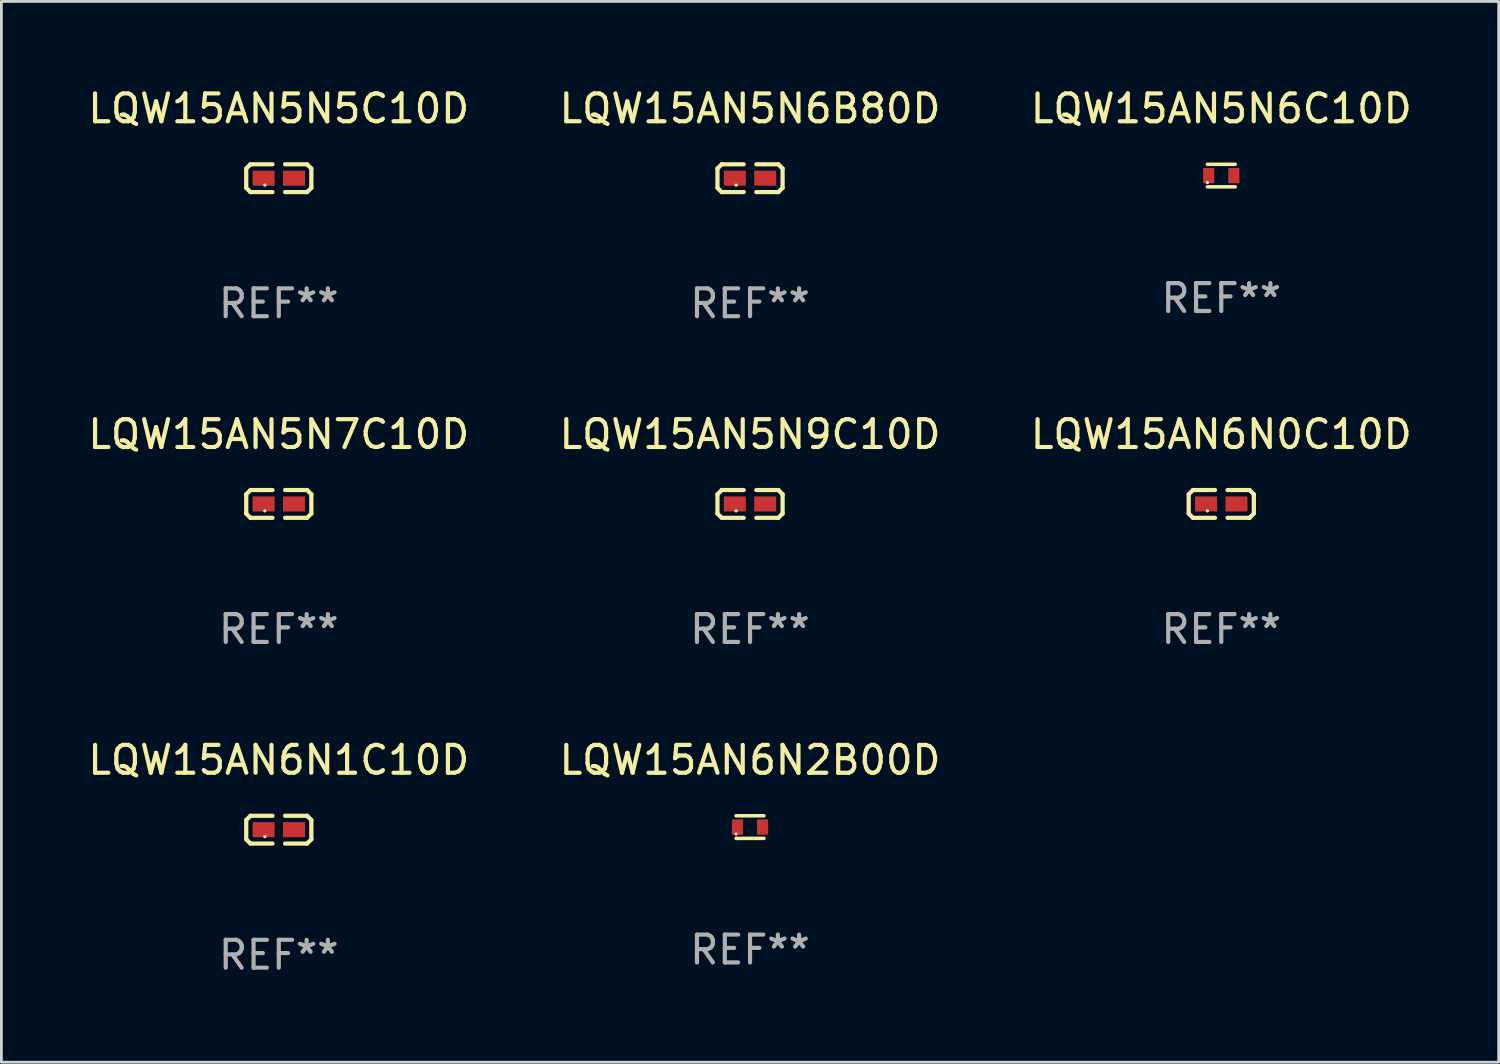
<source format=kicad_pcb>
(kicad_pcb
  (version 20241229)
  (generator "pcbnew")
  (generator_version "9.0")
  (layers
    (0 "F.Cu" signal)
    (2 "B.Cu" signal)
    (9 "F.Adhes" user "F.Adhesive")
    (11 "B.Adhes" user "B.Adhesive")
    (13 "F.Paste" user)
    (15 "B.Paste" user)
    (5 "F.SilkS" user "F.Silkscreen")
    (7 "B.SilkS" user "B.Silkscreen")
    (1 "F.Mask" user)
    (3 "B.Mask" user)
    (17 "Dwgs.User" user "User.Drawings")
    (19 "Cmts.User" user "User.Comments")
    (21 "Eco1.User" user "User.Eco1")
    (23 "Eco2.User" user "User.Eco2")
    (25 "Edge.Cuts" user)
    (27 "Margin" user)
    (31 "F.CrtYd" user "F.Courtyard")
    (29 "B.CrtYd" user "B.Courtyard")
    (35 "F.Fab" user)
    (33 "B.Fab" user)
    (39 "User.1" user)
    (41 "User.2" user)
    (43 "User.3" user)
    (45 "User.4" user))
  (footprint "LQW15AN6N0C10D"
    (layer "F.Cu")
    (at 40.792 15.041)
    (property "Reference" "LQW15AN6N0C10D" (at 0 -2.499 0) (layer "F.SilkS") (effects (font (size 1 1) (thickness 0.15))))
    (attr through_hole)
    (fp_line (start -1.169 -0.346) (end -1.016 -0.499) (stroke (width 0.152) (type solid)) (layer "F.SilkS"))
    (fp_line (start -1.169 0.346) (end -1.169 -0.346) (stroke (width 0.152) (type solid)) (layer "F.SilkS"))
    (fp_line (start -1.016 -0.499) (end -0.226 -0.499) (stroke (width 0.152) (type solid)) (layer "F.SilkS"))
    (fp_line (start -1.016 0.499) (end -1.169 0.346) (stroke (width 0.152) (type solid)) (layer "F.SilkS"))
    (fp_line (start -0.226 0.499) (end -1.016 0.499) (stroke (width 0.152) (type solid)) (layer "F.SilkS"))
    (fp_line (start 0.226 0.499) (end 1.016 0.499) (stroke (width 0.152) (type solid)) (layer "F.SilkS"))
    (fp_line (start 1.016 -0.499) (end 0.226 -0.499) (stroke (width 0.152) (type solid)) (layer "F.SilkS"))
    (fp_line (start 1.016 0.499) (end 1.169 0.346) (stroke (width 0.152) (type solid)) (layer "F.SilkS"))
    (fp_line (start 1.169 -0.346) (end 1.016 -0.499) (stroke (width 0.152) (type solid)) (layer "F.SilkS"))
    (fp_line (start 1.169 0.346) (end 1.169 -0.346) (stroke (width 0.152) (type solid)) (layer "F.SilkS"))
    (fp_circle (center -0.5 0.25) (end -0.47 0.25) (stroke (width 0.06) (type solid)) (fill no) (layer "F.SilkS"))
    (fp_text user "REF**" (at 0 4.499 0) (layer "F.Fab") (effects (font (size 1 1) (thickness 0.15))))
    (pad "1" smd rect (at -0.545 0) (size 0.79 0.54) (layers "F.Cu" "F.Mask" "F.Paste"))
    (pad "2" smd rect (at 0.545 0) (size 0.79 0.54) (layers "F.Cu" "F.Mask" "F.Paste")))
  (footprint "LQW15AN5N7C10D"
    (layer "F.Cu")
    (at 6.958 15.041)
    (property "Reference" "LQW15AN5N7C10D" (at 0 -2.499 0) (layer "F.SilkS") (effects (font (size 1 1) (thickness 0.15))))
    (attr through_hole)
    (fp_line (start -1.169 -0.346) (end -1.016 -0.499) (stroke (width 0.152) (type solid)) (layer "F.SilkS"))
    (fp_line (start -1.169 0.346) (end -1.169 -0.346) (stroke (width 0.152) (type solid)) (layer "F.SilkS"))
    (fp_line (start -1.016 -0.499) (end -0.226 -0.499) (stroke (width 0.152) (type solid)) (layer "F.SilkS"))
    (fp_line (start -1.016 0.499) (end -1.169 0.346) (stroke (width 0.152) (type solid)) (layer "F.SilkS"))
    (fp_line (start -0.226 0.499) (end -1.016 0.499) (stroke (width 0.152) (type solid)) (layer "F.SilkS"))
    (fp_line (start 0.226 0.499) (end 1.016 0.499) (stroke (width 0.152) (type solid)) (layer "F.SilkS"))
    (fp_line (start 1.016 -0.499) (end 0.226 -0.499) (stroke (width 0.152) (type solid)) (layer "F.SilkS"))
    (fp_line (start 1.016 0.499) (end 1.169 0.346) (stroke (width 0.152) (type solid)) (layer "F.SilkS"))
    (fp_line (start 1.169 -0.346) (end 1.016 -0.499) (stroke (width 0.152) (type solid)) (layer "F.SilkS"))
    (fp_line (start 1.169 0.346) (end 1.169 -0.346) (stroke (width 0.152) (type solid)) (layer "F.SilkS"))
    (fp_circle (center -0.5 0.25) (end -0.47 0.25) (stroke (width 0.06) (type solid)) (fill no) (layer "F.SilkS"))
    (fp_text user "REF**" (at 0 4.499 0) (layer "F.Fab") (effects (font (size 1 1) (thickness 0.15))))
    (pad "1" smd rect (at -0.545 0) (size 0.79 0.54) (layers "F.Cu" "F.Mask" "F.Paste"))
    (pad "2" smd rect (at 0.545 0) (size 0.79 0.54) (layers "F.Cu" "F.Mask" "F.Paste")))
  (footprint "LQW15AN5N6B80D"
    (layer "F.Cu")
    (at 23.875 3.347)
    (property "Reference" "LQW15AN5N6B80D" (at 0 -2.499 0) (layer "F.SilkS") (effects (font (size 1 1) (thickness 0.15))))
    (attr through_hole)
    (fp_line (start -1.169 -0.346) (end -1.016 -0.499) (stroke (width 0.152) (type solid)) (layer "F.SilkS"))
    (fp_line (start -1.169 0.346) (end -1.169 -0.346) (stroke (width 0.152) (type solid)) (layer "F.SilkS"))
    (fp_line (start -1.016 -0.499) (end -0.226 -0.499) (stroke (width 0.152) (type solid)) (layer "F.SilkS"))
    (fp_line (start -1.016 0.499) (end -1.169 0.346) (stroke (width 0.152) (type solid)) (layer "F.SilkS"))
    (fp_line (start -0.226 0.499) (end -1.016 0.499) (stroke (width 0.152) (type solid)) (layer "F.SilkS"))
    (fp_line (start 0.226 0.499) (end 1.016 0.499) (stroke (width 0.152) (type solid)) (layer "F.SilkS"))
    (fp_line (start 1.016 -0.499) (end 0.226 -0.499) (stroke (width 0.152) (type solid)) (layer "F.SilkS"))
    (fp_line (start 1.016 0.499) (end 1.169 0.346) (stroke (width 0.152) (type solid)) (layer "F.SilkS"))
    (fp_line (start 1.169 -0.346) (end 1.016 -0.499) (stroke (width 0.152) (type solid)) (layer "F.SilkS"))
    (fp_line (start 1.169 0.346) (end 1.169 -0.346) (stroke (width 0.152) (type solid)) (layer "F.SilkS"))
    (fp_circle (center -0.5 0.25) (end -0.47 0.25) (stroke (width 0.06) (type solid)) (fill no) (layer "F.SilkS"))
    (fp_text user "REF**" (at 0 4.499 0) (layer "F.Fab") (effects (font (size 1 1) (thickness 0.15))))
    (pad "1" smd rect (at -0.545 0) (size 0.79 0.54) (layers "F.Cu" "F.Mask" "F.Paste"))
    (pad "2" smd rect (at 0.545 0) (size 0.79 0.54) (layers "F.Cu" "F.Mask" "F.Paste")))
  (footprint "LQW15AN5N9C10D"
    (layer "F.Cu")
    (at 23.875 15.041)
    (property "Reference" "LQW15AN5N9C10D" (at 0 -2.499 0) (layer "F.SilkS") (effects (font (size 1 1) (thickness 0.15))))
    (attr through_hole)
    (fp_line (start -1.169 -0.346) (end -1.016 -0.499) (stroke (width 0.152) (type solid)) (layer "F.SilkS"))
    (fp_line (start -1.169 0.346) (end -1.169 -0.346) (stroke (width 0.152) (type solid)) (layer "F.SilkS"))
    (fp_line (start -1.016 -0.499) (end -0.226 -0.499) (stroke (width 0.152) (type solid)) (layer "F.SilkS"))
    (fp_line (start -1.016 0.499) (end -1.169 0.346) (stroke (width 0.152) (type solid)) (layer "F.SilkS"))
    (fp_line (start -0.226 0.499) (end -1.016 0.499) (stroke (width 0.152) (type solid)) (layer "F.SilkS"))
    (fp_line (start 0.226 0.499) (end 1.016 0.499) (stroke (width 0.152) (type solid)) (layer "F.SilkS"))
    (fp_line (start 1.016 -0.499) (end 0.226 -0.499) (stroke (width 0.152) (type solid)) (layer "F.SilkS"))
    (fp_line (start 1.016 0.499) (end 1.169 0.346) (stroke (width 0.152) (type solid)) (layer "F.SilkS"))
    (fp_line (start 1.169 -0.346) (end 1.016 -0.499) (stroke (width 0.152) (type solid)) (layer "F.SilkS"))
    (fp_line (start 1.169 0.346) (end 1.169 -0.346) (stroke (width 0.152) (type solid)) (layer "F.SilkS"))
    (fp_circle (center -0.5 0.25) (end -0.47 0.25) (stroke (width 0.06) (type solid)) (fill no) (layer "F.SilkS"))
    (fp_text user "REF**" (at 0 4.499 0) (layer "F.Fab") (effects (font (size 1 1) (thickness 0.15))))
    (pad "1" smd rect (at -0.545 0) (size 0.79 0.54) (layers "F.Cu" "F.Mask" "F.Paste"))
    (pad "2" smd rect (at 0.545 0) (size 0.79 0.54) (layers "F.Cu" "F.Mask" "F.Paste")))
  (footprint "LQW15AN5N6C10D"
    (layer "F.Cu")
    (at 40.792 3.253)
    (property "Reference" "LQW15AN5N6C10D" (at 0 -2.405 0) (layer "F.SilkS") (effects (font (size 1 1) (thickness 0.15))))
    (attr through_hole)
    (fp_line (start -0.5 -0.405) (end 0.5 -0.405) (stroke (width 0.127) (type solid)) (layer "F.SilkS"))
    (fp_line (start -0.5 0.405) (end 0.5 0.405) (stroke (width 0.127) (type solid)) (layer "F.SilkS"))
    (fp_circle (center -0.5 0.25) (end -0.47 0.25) (stroke (width 0.06) (type solid)) (fill no) (layer "F.SilkS"))
    (fp_text user "REF**" (at 0 4.405 0) (layer "F.Fab") (effects (font (size 1 1) (thickness 0.15))))
    (pad "1" smd rect (at -0.45 0 90) (size 0.55 0.4) (layers "F.Cu" "F.Mask" "F.Paste"))
    (pad "2" smd rect (at 0.45 0 90) (size 0.55 0.4) (layers "F.Cu" "F.Mask" "F.Paste")))
  (footprint "LQW15AN6N1C10D"
    (layer "F.Cu")
    (at 6.958 26.734)
    (property "Reference" "LQW15AN6N1C10D" (at 0 -2.499 0) (layer "F.SilkS") (effects (font (size 1 1) (thickness 0.15))))
    (attr through_hole)
    (fp_line (start -1.169 -0.346) (end -1.016 -0.499) (stroke (width 0.152) (type solid)) (layer "F.SilkS"))
    (fp_line (start -1.169 0.346) (end -1.169 -0.346) (stroke (width 0.152) (type solid)) (layer "F.SilkS"))
    (fp_line (start -1.016 -0.499) (end -0.226 -0.499) (stroke (width 0.152) (type solid)) (layer "F.SilkS"))
    (fp_line (start -1.016 0.499) (end -1.169 0.346) (stroke (width 0.152) (type solid)) (layer "F.SilkS"))
    (fp_line (start -0.226 0.499) (end -1.016 0.499) (stroke (width 0.152) (type solid)) (layer "F.SilkS"))
    (fp_line (start 0.226 0.499) (end 1.016 0.499) (stroke (width 0.152) (type solid)) (layer "F.SilkS"))
    (fp_line (start 1.016 -0.499) (end 0.226 -0.499) (stroke (width 0.152) (type solid)) (layer "F.SilkS"))
    (fp_line (start 1.016 0.499) (end 1.169 0.346) (stroke (width 0.152) (type solid)) (layer "F.SilkS"))
    (fp_line (start 1.169 -0.346) (end 1.016 -0.499) (stroke (width 0.152) (type solid)) (layer "F.SilkS"))
    (fp_line (start 1.169 0.346) (end 1.169 -0.346) (stroke (width 0.152) (type solid)) (layer "F.SilkS"))
    (fp_circle (center -0.5 0.25) (end -0.47 0.25) (stroke (width 0.06) (type solid)) (fill no) (layer "F.SilkS"))
    (fp_text user "REF**" (at 0 4.499 0) (layer "F.Fab") (effects (font (size 1 1) (thickness 0.15))))
    (pad "1" smd rect (at -0.545 0) (size 0.79 0.54) (layers "F.Cu" "F.Mask" "F.Paste"))
    (pad "2" smd rect (at 0.545 0) (size 0.79 0.54) (layers "F.Cu" "F.Mask" "F.Paste")))
  (footprint "LQW15AN6N2B00D"
    (layer "F.Cu")
    (at 23.875 26.641)
    (property "Reference" "LQW15AN6N2B00D" (at 0 -2.405 0) (layer "F.SilkS") (effects (font (size 1 1) (thickness 0.15))))
    (attr through_hole)
    (fp_line (start -0.5 -0.405) (end 0.5 -0.405) (stroke (width 0.127) (type solid)) (layer "F.SilkS"))
    (fp_line (start -0.5 0.405) (end 0.5 0.405) (stroke (width 0.127) (type solid)) (layer "F.SilkS"))
    (fp_circle (center -0.5 0.25) (end -0.47 0.25) (stroke (width 0.06) (type solid)) (fill no) (layer "F.SilkS"))
    (fp_text user "REF**" (at 0 4.405 0) (layer "F.Fab") (effects (font (size 1 1) (thickness 0.15))))
    (pad "1" smd rect (at -0.45 0 90) (size 0.55 0.4) (layers "F.Cu" "F.Mask" "F.Paste"))
    (pad "2" smd rect (at 0.45 0 90) (size 0.55 0.4) (layers "F.Cu" "F.Mask" "F.Paste")))
  (footprint "LQW15AN5N5C10D"
    (layer "F.Cu")
    (at 6.958 3.347)
    (property "Reference" "LQW15AN5N5C10D" (at 0 -2.499 0) (layer "F.SilkS") (effects (font (size 1 1) (thickness 0.15))))
    (attr through_hole)
    (fp_line (start -1.169 -0.346) (end -1.016 -0.499) (stroke (width 0.152) (type solid)) (layer "F.SilkS"))
    (fp_line (start -1.169 0.346) (end -1.169 -0.346) (stroke (width 0.152) (type solid)) (layer "F.SilkS"))
    (fp_line (start -1.016 -0.499) (end -0.226 -0.499) (stroke (width 0.152) (type solid)) (layer "F.SilkS"))
    (fp_line (start -1.016 0.499) (end -1.169 0.346) (stroke (width 0.152) (type solid)) (layer "F.SilkS"))
    (fp_line (start -0.226 0.499) (end -1.016 0.499) (stroke (width 0.152) (type solid)) (layer "F.SilkS"))
    (fp_line (start 0.226 0.499) (end 1.016 0.499) (stroke (width 0.152) (type solid)) (layer "F.SilkS"))
    (fp_line (start 1.016 -0.499) (end 0.226 -0.499) (stroke (width 0.152) (type solid)) (layer "F.SilkS"))
    (fp_line (start 1.016 0.499) (end 1.169 0.346) (stroke (width 0.152) (type solid)) (layer "F.SilkS"))
    (fp_line (start 1.169 -0.346) (end 1.016 -0.499) (stroke (width 0.152) (type solid)) (layer "F.SilkS"))
    (fp_line (start 1.169 0.346) (end 1.169 -0.346) (stroke (width 0.152) (type solid)) (layer "F.SilkS"))
    (fp_circle (center -0.5 0.25) (end -0.47 0.25) (stroke (width 0.06) (type solid)) (fill no) (layer "F.SilkS"))
    (fp_text user "REF**" (at 0 4.499 0) (layer "F.Fab") (effects (font (size 1 1) (thickness 0.15))))
    (pad "1" smd rect (at -0.545 0) (size 0.79 0.54) (layers "F.Cu" "F.Mask" "F.Paste"))
    (pad "2" smd rect (at 0.545 0) (size 0.79 0.54) (layers "F.Cu" "F.Mask" "F.Paste")))
  (gr_rect
    (start -3 -3)
    (end 50.75 35.081)
    (stroke (width 0.1) (type default))
    (fill no)
    (layer "Edge.Cuts")))
</source>
